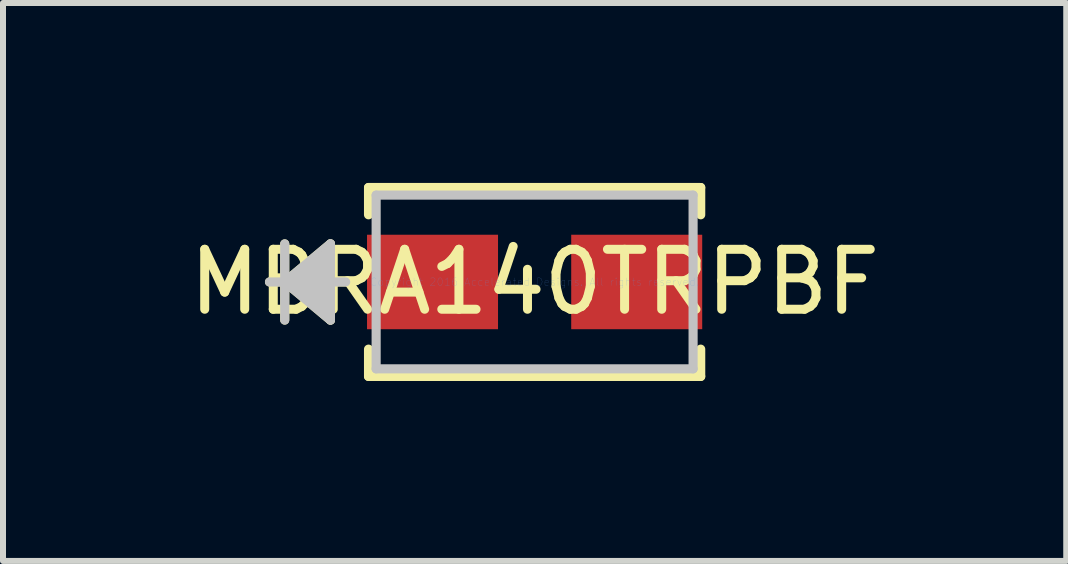
<source format=kicad_pcb>
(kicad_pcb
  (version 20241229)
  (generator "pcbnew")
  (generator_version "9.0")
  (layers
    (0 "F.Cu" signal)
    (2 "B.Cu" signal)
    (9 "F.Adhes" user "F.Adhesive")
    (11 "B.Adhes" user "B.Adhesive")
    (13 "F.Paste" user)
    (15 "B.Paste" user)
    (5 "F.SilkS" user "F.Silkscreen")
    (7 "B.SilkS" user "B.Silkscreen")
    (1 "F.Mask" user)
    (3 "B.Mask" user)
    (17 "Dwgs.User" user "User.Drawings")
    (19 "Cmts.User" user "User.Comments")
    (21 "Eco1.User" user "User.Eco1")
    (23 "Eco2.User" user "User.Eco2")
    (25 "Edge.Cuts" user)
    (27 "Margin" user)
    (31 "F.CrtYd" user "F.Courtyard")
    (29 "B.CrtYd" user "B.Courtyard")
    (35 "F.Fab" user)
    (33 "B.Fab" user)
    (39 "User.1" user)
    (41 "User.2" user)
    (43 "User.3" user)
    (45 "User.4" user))
  (footprint "MBRA140TRPBF"
    (layer "F.Cu")
    (at 5.863 1.651)
    (property "Reference" "MBRA140TRPBF" (at 0 0 0) (layer "F.SilkS") (effects (font (size 1 1) (thickness 0.15))))
    (attr through_hole)
    (fp_line (start -4.166 -0.635) (end -4.166 0.635) (stroke (width 0.152) (type solid)) (layer "F.SilkS"))
    (fp_line (start -4.166 0) (end -3.404 -0.635) (stroke (width 0.152) (type solid)) (layer "F.SilkS"))
    (fp_line (start -4.166 0) (end -3.404 -0.508) (stroke (width 0.152) (type solid)) (layer "F.SilkS"))
    (fp_line (start -4.166 0) (end -3.404 -0.381) (stroke (width 0.152) (type solid)) (layer "F.SilkS"))
    (fp_line (start -4.166 0) (end -3.404 -0.254) (stroke (width 0.152) (type solid)) (layer "F.SilkS"))
    (fp_line (start -4.166 0) (end -3.404 -0.127) (stroke (width 0.152) (type solid)) (layer "F.SilkS"))
    (fp_line (start -4.166 0) (end -3.404 0.127) (stroke (width 0.152) (type solid)) (layer "F.SilkS"))
    (fp_line (start -4.166 0) (end -3.404 0.254) (stroke (width 0.152) (type solid)) (layer "F.SilkS"))
    (fp_line (start -4.166 0) (end -3.404 0.381) (stroke (width 0.152) (type solid)) (layer "F.SilkS"))
    (fp_line (start -4.166 0) (end -3.404 0.508) (stroke (width 0.152) (type solid)) (layer "F.SilkS"))
    (fp_line (start -4.166 0) (end -3.404 0.635) (stroke (width 0.152) (type solid)) (layer "F.SilkS"))
    (fp_line (start -3.404 -0.635) (end -3.404 0.635) (stroke (width 0.152) (type solid)) (layer "F.SilkS"))
    (fp_line (start -3.15 0) (end -4.42 0) (stroke (width 0.152) (type solid)) (layer "F.SilkS"))
    (fp_line (start -2.769 -1.575) (end -2.769 -1.12) (stroke (width 0.152) (type solid)) (layer "F.SilkS"))
    (fp_line (start -2.769 1.12) (end -2.769 1.575) (stroke (width 0.152) (type solid)) (layer "F.SilkS"))
    (fp_line (start -2.769 1.575) (end 2.769 1.575) (stroke (width 0.152) (type solid)) (layer "F.SilkS"))
    (fp_line (start 2.769 -1.575) (end -2.769 -1.575) (stroke (width 0.152) (type solid)) (layer "F.SilkS"))
    (fp_line (start 2.769 -1.12) (end 2.769 -1.575) (stroke (width 0.152) (type solid)) (layer "F.SilkS"))
    (fp_line (start 2.769 1.575) (end 2.769 1.12) (stroke (width 0.152) (type solid)) (layer "F.SilkS"))
    (fp_line (start -4.166 -0.635) (end -4.166 0.635) (stroke (width 0.152) (type solid)) (layer "Dwgs.User"))
    (fp_line (start -4.166 0) (end -3.404 -0.635) (stroke (width 0.152) (type solid)) (layer "Dwgs.User"))
    (fp_line (start -4.166 0) (end -3.404 -0.508) (stroke (width 0.152) (type solid)) (layer "Dwgs.User"))
    (fp_line (start -4.166 0) (end -3.404 -0.381) (stroke (width 0.152) (type solid)) (layer "Dwgs.User"))
    (fp_line (start -4.166 0) (end -3.404 -0.254) (stroke (width 0.152) (type solid)) (layer "Dwgs.User"))
    (fp_line (start -4.166 0) (end -3.404 -0.127) (stroke (width 0.152) (type solid)) (layer "Dwgs.User"))
    (fp_line (start -4.166 0) (end -3.404 0.127) (stroke (width 0.152) (type solid)) (layer "Dwgs.User"))
    (fp_line (start -4.166 0) (end -3.404 0.254) (stroke (width 0.152) (type solid)) (layer "Dwgs.User"))
    (fp_line (start -4.166 0) (end -3.404 0.381) (stroke (width 0.152) (type solid)) (layer "Dwgs.User"))
    (fp_line (start -4.166 0) (end -3.404 0.508) (stroke (width 0.152) (type solid)) (layer "Dwgs.User"))
    (fp_line (start -4.166 0) (end -3.404 0.635) (stroke (width 0.152) (type solid)) (layer "Dwgs.User"))
    (fp_line (start -3.404 -0.635) (end -3.404 0.635) (stroke (width 0.152) (type solid)) (layer "Dwgs.User"))
    (fp_line (start -3.15 0) (end -4.42 0) (stroke (width 0.152) (type solid)) (layer "Dwgs.User"))
    (fp_line (start -2.642 -1.448) (end -2.642 1.448) (stroke (width 0.152) (type solid)) (layer "Dwgs.User"))
    (fp_line (start -2.642 1.448) (end 2.642 1.448) (stroke (width 0.152) (type solid)) (layer "Dwgs.User"))
    (fp_line (start 2.642 -1.448) (end -2.642 -1.448) (stroke (width 0.152) (type solid)) (layer "Dwgs.User"))
    (fp_line (start 2.642 1.448) (end 2.642 -1.448) (stroke (width 0.152) (type solid)) (layer "Dwgs.User"))
    (fp_text user "Copyright 2016 Accelerated Designs. All rights reserved." (at 0 0 0) (layer "Cmts.User") (effects (font (size 0.127 0.127) (thickness 0.002))))
    (pad "1" smd rect (at -1.702 0 90) (size 1.575 2.184) (layers "F.Cu" "F.Mask" "F.Paste"))
    (pad "2" smd rect (at 1.702 0 90) (size 1.575 2.184) (layers "F.Cu" "F.Mask" "F.Paste")))
  (gr_rect
    (start -3 -3)
    (end 14.726 6.302)
    (stroke (width 0.1) (type default))
    (fill no)
    (layer "Edge.Cuts")))
</source>
